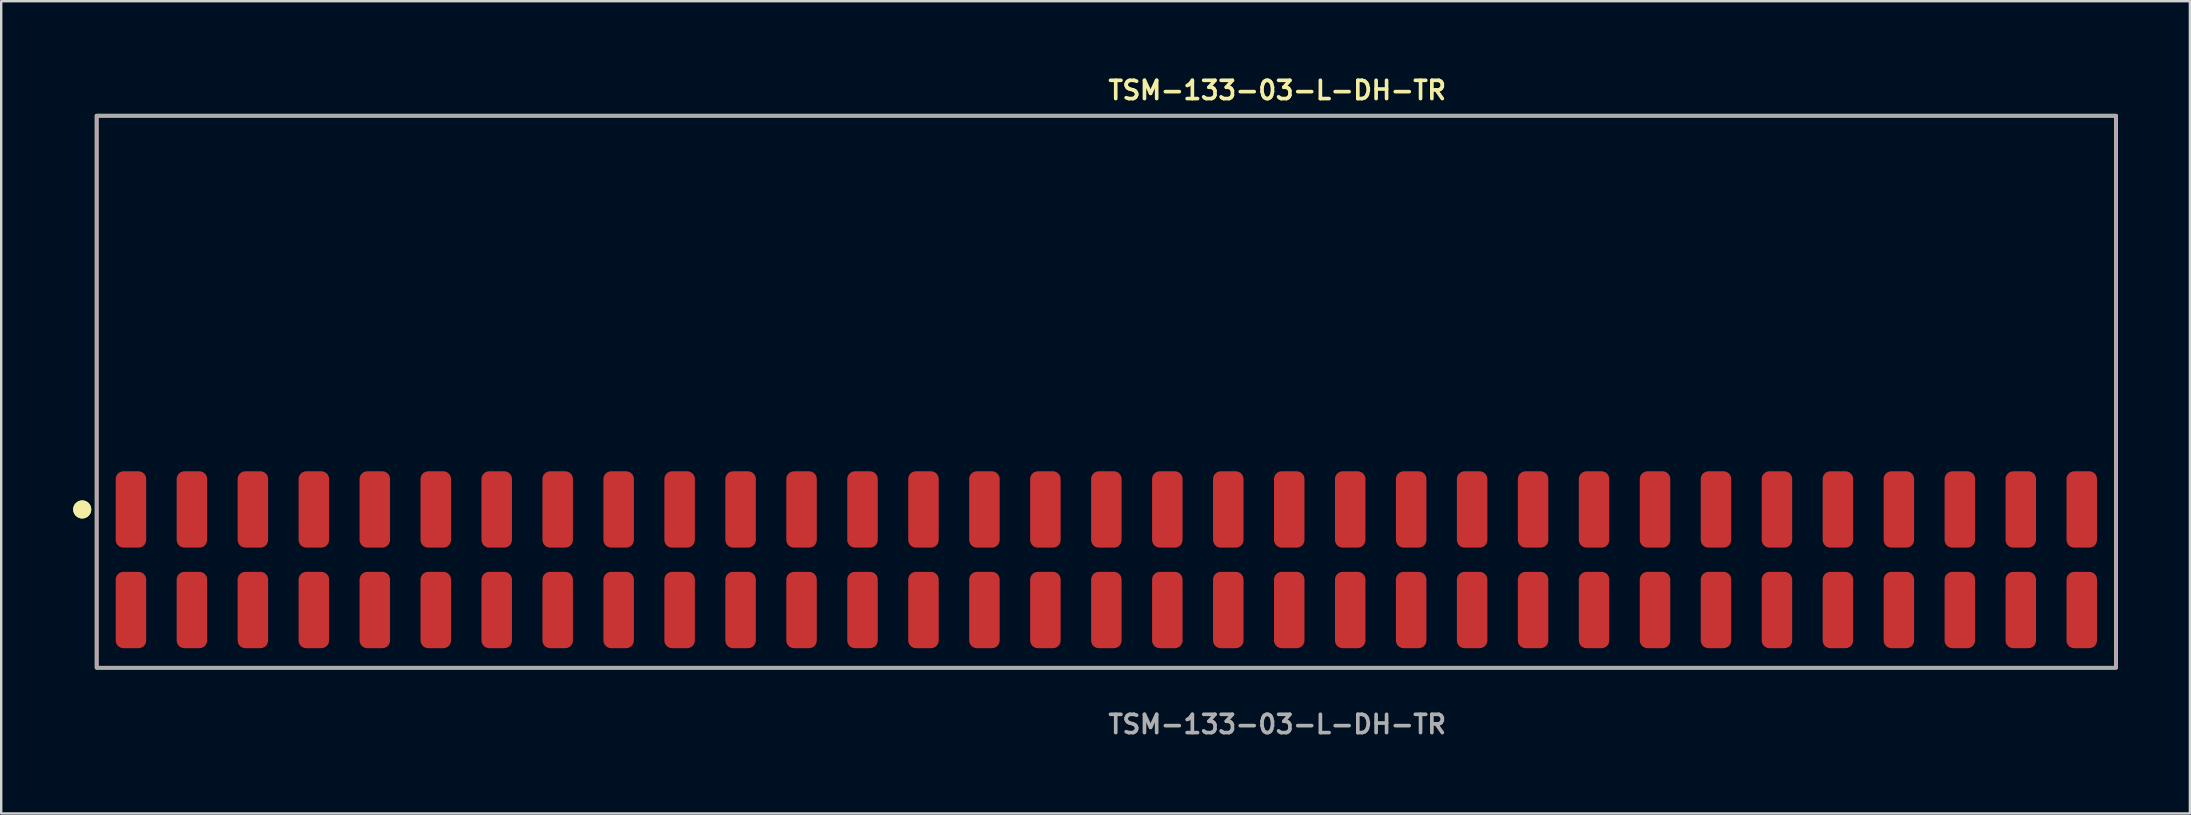
<source format=kicad_pcb>
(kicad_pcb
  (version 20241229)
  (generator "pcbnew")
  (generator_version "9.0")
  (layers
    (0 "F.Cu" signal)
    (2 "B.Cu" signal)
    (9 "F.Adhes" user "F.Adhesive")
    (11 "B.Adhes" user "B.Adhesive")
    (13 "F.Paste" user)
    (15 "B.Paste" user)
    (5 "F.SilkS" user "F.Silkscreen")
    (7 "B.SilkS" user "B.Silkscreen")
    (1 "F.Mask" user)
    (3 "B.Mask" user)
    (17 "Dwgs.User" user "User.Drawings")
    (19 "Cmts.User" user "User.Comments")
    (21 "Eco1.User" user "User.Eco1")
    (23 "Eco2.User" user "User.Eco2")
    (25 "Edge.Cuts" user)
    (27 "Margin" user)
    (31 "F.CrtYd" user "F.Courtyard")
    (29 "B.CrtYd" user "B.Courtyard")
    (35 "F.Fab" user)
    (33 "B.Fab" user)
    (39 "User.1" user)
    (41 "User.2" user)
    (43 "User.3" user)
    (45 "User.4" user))
  (footprint "TSM-133-03-L-DH-TR"
    (layer "F.Cu")
    (at 43.046 20.271)
    (property "Reference" "TSM-133-03-L-DH-TR" (at 0 -19.558 0) (unlocked yes) (layer "F.SilkS") (effects (font (size 0.762 0.762) (thickness 0.152)) (justify left)))
    (fp_rect (start -42.07 4.5) (end 42.07 -18.5) (stroke (width 0.152) (type solid)) (fill no) (layer "F.SilkS"))
    (fp_circle (center -42.67 -2.095) (end -42.97 -2.095) (stroke (width 0.152) (type solid)) (fill yes) (layer "F.SilkS"))
    (fp_circle (center -42.67 -2.095) (end -42.97 -2.095) (stroke (width 0.152) (type solid)) (fill yes) (layer "F.SilkS"))
    (fp_rect (start -42.07 4.5) (end 42.07 -18.5) (stroke (width 0.006) (type solid)) (fill no) (layer "F.CrtYd"))
    (fp_rect (start -42.07 4.5) (end 42.07 -18.5) (stroke (width 0.152) (type solid)) (fill no) (layer "F.Fab"))
    (fp_text user "${REFERENCE}" (at 0 6.858 0) (unlocked yes) (layer "F.Fab") (effects (font (size 0.762 0.762) (thickness 0.152)) (justify left)))
    (pad "1" smd roundrect (at -40.64 2.095) (size 1.27 3.18) (layers "F.Cu" "F.Paste") (roundrect_rratio 0.25))
    (pad "2" smd roundrect (at -40.64 -2.095) (size 1.27 3.18) (layers "F.Cu" "F.Paste") (roundrect_rratio 0.25))
    (pad "3" smd roundrect (at -38.1 2.095) (size 1.27 3.18) (layers "F.Cu" "F.Paste") (roundrect_rratio 0.25))
    (pad "4" smd roundrect (at -38.1 -2.095) (size 1.27 3.18) (layers "F.Cu" "F.Paste") (roundrect_rratio 0.25))
    (pad "5" smd roundrect (at -35.56 2.095) (size 1.27 3.18) (layers "F.Cu" "F.Paste") (roundrect_rratio 0.25))
    (pad "6" smd roundrect (at -35.56 -2.095) (size 1.27 3.18) (layers "F.Cu" "F.Paste") (roundrect_rratio 0.25))
    (pad "7" smd roundrect (at -33.02 2.095) (size 1.27 3.18) (layers "F.Cu" "F.Paste") (roundrect_rratio 0.25))
    (pad "8" smd roundrect (at -33.02 -2.095) (size 1.27 3.18) (layers "F.Cu" "F.Paste") (roundrect_rratio 0.25))
    (pad "9" smd roundrect (at -30.48 2.095) (size 1.27 3.18) (layers "F.Cu" "F.Paste") (roundrect_rratio 0.25))
    (pad "10" smd roundrect (at -30.48 -2.095) (size 1.27 3.18) (layers "F.Cu" "F.Paste") (roundrect_rratio 0.25))
    (pad "11" smd roundrect (at -27.94 2.095) (size 1.27 3.18) (layers "F.Cu" "F.Paste") (roundrect_rratio 0.25))
    (pad "12" smd roundrect (at -27.94 -2.095) (size 1.27 3.18) (layers "F.Cu" "F.Paste") (roundrect_rratio 0.25))
    (pad "13" smd roundrect (at -25.4 2.095) (size 1.27 3.18) (layers "F.Cu" "F.Paste") (roundrect_rratio 0.25))
    (pad "14" smd roundrect (at -25.4 -2.095) (size 1.27 3.18) (layers "F.Cu" "F.Paste") (roundrect_rratio 0.25))
    (pad "15" smd roundrect (at -22.86 2.095) (size 1.27 3.18) (layers "F.Cu" "F.Paste") (roundrect_rratio 0.25))
    (pad "16" smd roundrect (at -22.86 -2.095) (size 1.27 3.18) (layers "F.Cu" "F.Paste") (roundrect_rratio 0.25))
    (pad "17" smd roundrect (at -20.32 2.095) (size 1.27 3.18) (layers "F.Cu" "F.Paste") (roundrect_rratio 0.25))
    (pad "18" smd roundrect (at -20.32 -2.095) (size 1.27 3.18) (layers "F.Cu" "F.Paste") (roundrect_rratio 0.25))
    (pad "19" smd roundrect (at -17.78 2.095) (size 1.27 3.18) (layers "F.Cu" "F.Paste") (roundrect_rratio 0.25))
    (pad "20" smd roundrect (at -17.78 -2.095) (size 1.27 3.18) (layers "F.Cu" "F.Paste") (roundrect_rratio 0.25))
    (pad "21" smd roundrect (at -15.24 2.095) (size 1.27 3.18) (layers "F.Cu" "F.Paste") (roundrect_rratio 0.25))
    (pad "22" smd roundrect (at -15.24 -2.095) (size 1.27 3.18) (layers "F.Cu" "F.Paste") (roundrect_rratio 0.25))
    (pad "23" smd roundrect (at -12.7 2.095) (size 1.27 3.18) (layers "F.Cu" "F.Paste") (roundrect_rratio 0.25))
    (pad "24" smd roundrect (at -12.7 -2.095) (size 1.27 3.18) (layers "F.Cu" "F.Paste") (roundrect_rratio 0.25))
    (pad "25" smd roundrect (at -10.16 2.095) (size 1.27 3.18) (layers "F.Cu" "F.Paste") (roundrect_rratio 0.25))
    (pad "26" smd roundrect (at -10.16 -2.095) (size 1.27 3.18) (layers "F.Cu" "F.Paste") (roundrect_rratio 0.25))
    (pad "27" smd roundrect (at -7.62 2.095) (size 1.27 3.18) (layers "F.Cu" "F.Paste") (roundrect_rratio 0.25))
    (pad "28" smd roundrect (at -7.62 -2.095) (size 1.27 3.18) (layers "F.Cu" "F.Paste") (roundrect_rratio 0.25))
    (pad "29" smd roundrect (at -5.08 2.095) (size 1.27 3.18) (layers "F.Cu" "F.Paste") (roundrect_rratio 0.25))
    (pad "30" smd roundrect (at -5.08 -2.095) (size 1.27 3.18) (layers "F.Cu" "F.Paste") (roundrect_rratio 0.25))
    (pad "31" smd roundrect (at -2.54 2.095) (size 1.27 3.18) (layers "F.Cu" "F.Paste") (roundrect_rratio 0.25))
    (pad "32" smd roundrect (at -2.54 -2.095) (size 1.27 3.18) (layers "F.Cu" "F.Paste") (roundrect_rratio 0.25))
    (pad "33" smd roundrect (at 0 2.095) (size 1.27 3.18) (layers "F.Cu" "F.Paste") (roundrect_rratio 0.25))
    (pad "34" smd roundrect (at 0 -2.095) (size 1.27 3.18) (layers "F.Cu" "F.Paste") (roundrect_rratio 0.25))
    (pad "35" smd roundrect (at 2.54 2.095) (size 1.27 3.18) (layers "F.Cu" "F.Paste") (roundrect_rratio 0.25))
    (pad "36" smd roundrect (at 2.54 -2.095) (size 1.27 3.18) (layers "F.Cu" "F.Paste") (roundrect_rratio 0.25))
    (pad "37" smd roundrect (at 5.08 2.095) (size 1.27 3.18) (layers "F.Cu" "F.Paste") (roundrect_rratio 0.25))
    (pad "38" smd roundrect (at 5.08 -2.095) (size 1.27 3.18) (layers "F.Cu" "F.Paste") (roundrect_rratio 0.25))
    (pad "39" smd roundrect (at 7.62 2.095) (size 1.27 3.18) (layers "F.Cu" "F.Paste") (roundrect_rratio 0.25))
    (pad "40" smd roundrect (at 7.62 -2.095) (size 1.27 3.18) (layers "F.Cu" "F.Paste") (roundrect_rratio 0.25))
    (pad "41" smd roundrect (at 10.16 2.095) (size 1.27 3.18) (layers "F.Cu" "F.Paste") (roundrect_rratio 0.25))
    (pad "42" smd roundrect (at 10.16 -2.095) (size 1.27 3.18) (layers "F.Cu" "F.Paste") (roundrect_rratio 0.25))
    (pad "43" smd roundrect (at 12.7 2.095) (size 1.27 3.18) (layers "F.Cu" "F.Paste") (roundrect_rratio 0.25))
    (pad "44" smd roundrect (at 12.7 -2.095) (size 1.27 3.18) (layers "F.Cu" "F.Paste") (roundrect_rratio 0.25))
    (pad "45" smd roundrect (at 15.24 2.095) (size 1.27 3.18) (layers "F.Cu" "F.Paste") (roundrect_rratio 0.25))
    (pad "46" smd roundrect (at 15.24 -2.095) (size 1.27 3.18) (layers "F.Cu" "F.Paste") (roundrect_rratio 0.25))
    (pad "47" smd roundrect (at 17.78 2.095) (size 1.27 3.18) (layers "F.Cu" "F.Paste") (roundrect_rratio 0.25))
    (pad "48" smd roundrect (at 17.78 -2.095) (size 1.27 3.18) (layers "F.Cu" "F.Paste") (roundrect_rratio 0.25))
    (pad "49" smd roundrect (at 20.32 2.095) (size 1.27 3.18) (layers "F.Cu" "F.Paste") (roundrect_rratio 0.25))
    (pad "50" smd roundrect (at 20.32 -2.095) (size 1.27 3.18) (layers "F.Cu" "F.Paste") (roundrect_rratio 0.25))
    (pad "51" smd roundrect (at 22.86 2.095) (size 1.27 3.18) (layers "F.Cu" "F.Paste") (roundrect_rratio 0.25))
    (pad "52" smd roundrect (at 22.86 -2.095) (size 1.27 3.18) (layers "F.Cu" "F.Paste") (roundrect_rratio 0.25))
    (pad "53" smd roundrect (at 25.4 2.095) (size 1.27 3.18) (layers "F.Cu" "F.Paste") (roundrect_rratio 0.25))
    (pad "54" smd roundrect (at 25.4 -2.095) (size 1.27 3.18) (layers "F.Cu" "F.Paste") (roundrect_rratio 0.25))
    (pad "55" smd roundrect (at 27.94 2.095) (size 1.27 3.18) (layers "F.Cu" "F.Paste") (roundrect_rratio 0.25))
    (pad "56" smd roundrect (at 27.94 -2.095) (size 1.27 3.18) (layers "F.Cu" "F.Paste") (roundrect_rratio 0.25))
    (pad "57" smd roundrect (at 30.48 2.095) (size 1.27 3.18) (layers "F.Cu" "F.Paste") (roundrect_rratio 0.25))
    (pad "58" smd roundrect (at 30.48 -2.095) (size 1.27 3.18) (layers "F.Cu" "F.Paste") (roundrect_rratio 0.25))
    (pad "59" smd roundrect (at 33.02 2.095) (size 1.27 3.18) (layers "F.Cu" "F.Paste") (roundrect_rratio 0.25))
    (pad "60" smd roundrect (at 33.02 -2.095) (size 1.27 3.18) (layers "F.Cu" "F.Paste") (roundrect_rratio 0.25))
    (pad "61" smd roundrect (at 35.56 2.095) (size 1.27 3.18) (layers "F.Cu" "F.Paste") (roundrect_rratio 0.25))
    (pad "62" smd roundrect (at 35.56 -2.095) (size 1.27 3.18) (layers "F.Cu" "F.Paste") (roundrect_rratio 0.25))
    (pad "63" smd roundrect (at 38.1 2.095) (size 1.27 3.18) (layers "F.Cu" "F.Paste") (roundrect_rratio 0.25))
    (pad "64" smd roundrect (at 38.1 -2.095) (size 1.27 3.18) (layers "F.Cu" "F.Paste") (roundrect_rratio 0.25))
    (pad "65" smd roundrect (at 40.64 2.095) (size 1.27 3.18) (layers "F.Cu" "F.Paste") (roundrect_rratio 0.25))
    (pad "66" smd roundrect (at 40.64 -2.095) (size 1.27 3.18) (layers "F.Cu" "F.Paste") (roundrect_rratio 0.25)))
  (gr_rect
    (start -3 -3)
    (end 88.192 30.842)
    (stroke (width 0.1) (type default))
    (fill no)
    (layer "Edge.Cuts")))
</source>
